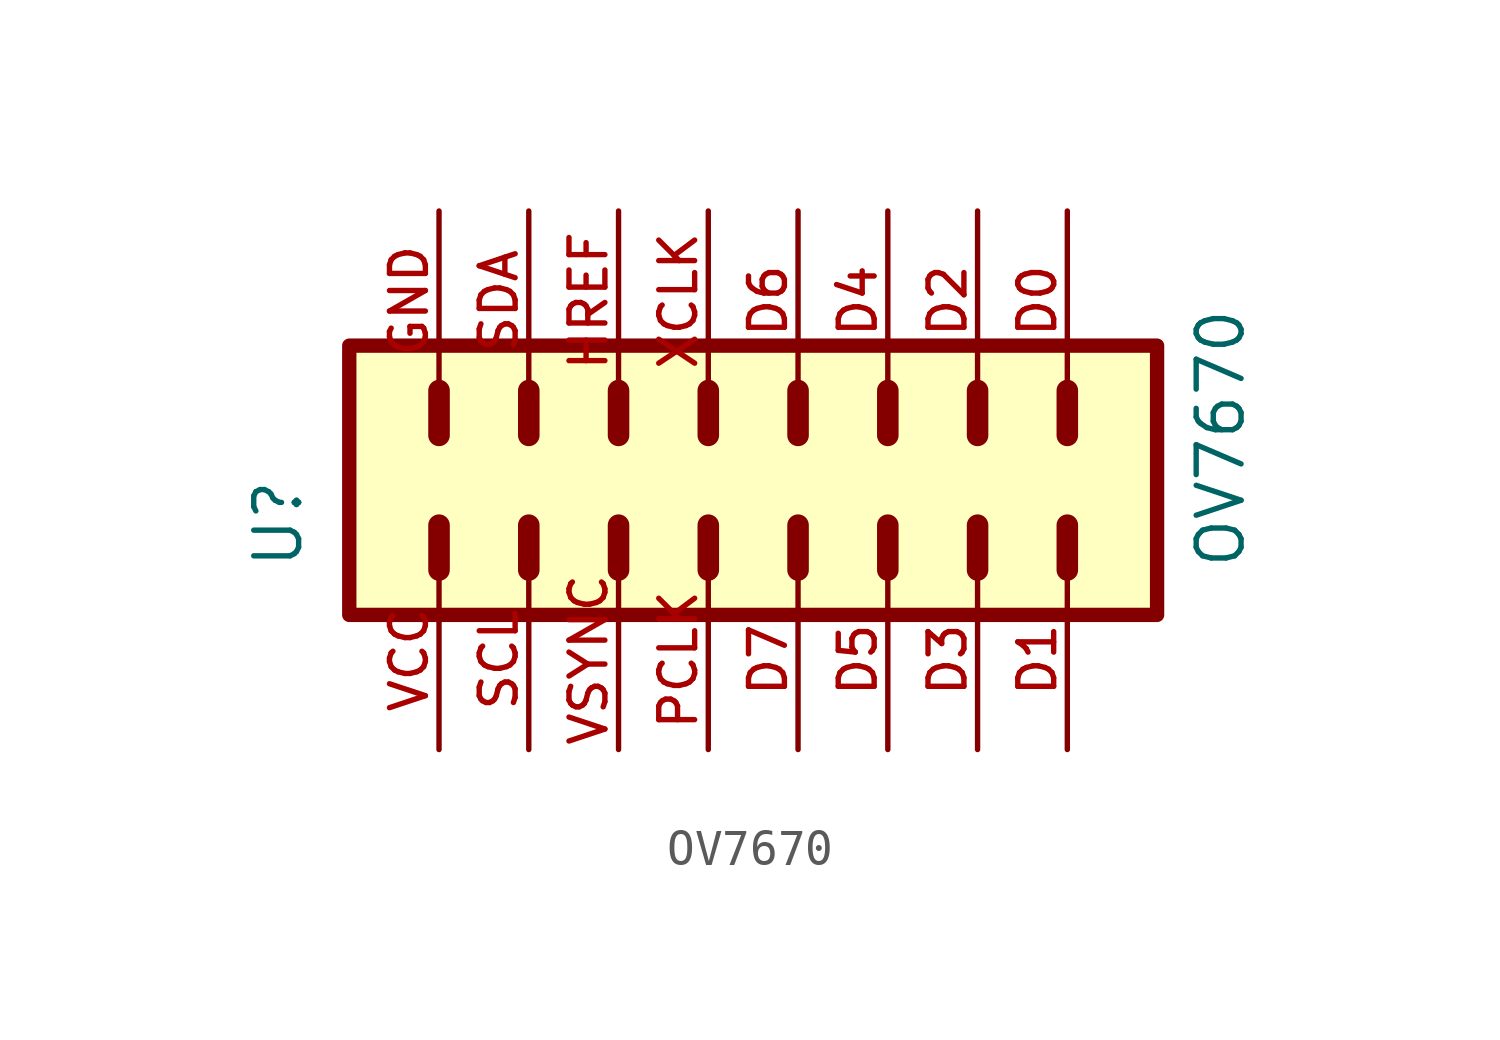
<source format=kicad_sym>
(kicad_symbol_lib
  (version 20211014)
  (generator kicad_symbol_editor)
  (symbol "OV7670"
    (pin_names
      (offset 1.016))
    (property "Reference" "U"
      (at -1.27 1.27 90.0)
      (effects (font (size 1.27 1.27)) (justify bottom left)))
    (property "Value" "OV7670"
      (at 25.4 1.27 90.0)
      (effects (font (size 1.27 1.27)) (justify bottom left)))
    (symbol "OV7670_0_0"
      (polyline (pts (xy 7.62 2.54) (xy 7.62 1.27)) (stroke (width 0.61)))
      (polyline (pts (xy 5.08 2.54) (xy 5.08 1.27)) (stroke (width 0.61)))
      (polyline (pts (xy 2.54 2.54) (xy 2.54 1.27)) (stroke (width 0.61)))
      (polyline (pts (xy 12.7 2.54) (xy 12.7 1.27)) (stroke (width 0.61)))
      (polyline (pts (xy 10.16 2.54) (xy 10.16 1.27)) (stroke (width 0.61)))
      (polyline (pts (xy 15.24 2.54) (xy 15.24 1.27)) (stroke (width 0.61)))
      (polyline (pts (xy 17.78 2.54) (xy 17.78 1.27)) (stroke (width 0.61)))
      (polyline (pts (xy 20.32 2.54) (xy 20.32 1.27)) (stroke (width 0.61)))
      (polyline (pts (xy 20.32 5.08) (xy 20.32 6.35)) (stroke (width 0.61)))
      (polyline (pts (xy 15.24 5.08) (xy 15.24 6.35)) (stroke (width 0.61)))
      (polyline (pts (xy 17.78 5.08) (xy 17.78 6.35)) (stroke (width 0.61)))
      (polyline (pts (xy 12.7 5.08) (xy 12.7 6.35)) (stroke (width 0.61)))
      (polyline (pts (xy 10.16 5.08) (xy 10.16 6.35)) (stroke (width 0.61)))
      (polyline (pts (xy 7.62 5.08) (xy 7.62 6.35)) (stroke (width 0.61)))
      (polyline (pts (xy 5.08 5.08) (xy 5.08 6.35)) (stroke (width 0.61)))
      (polyline (pts (xy 2.54 5.08) (xy 2.54 6.35)) (stroke (width 0.61)))
      (rectangle (start 0.0 -4.4408920985e-16) (end 22.86 7.62) (stroke (width 0.406)) (fill (type background)))
      (pin passive line (at 2.54 -3.81 90.0) (length 5.08) (name "~" (effects (font (size 1.016 1.016)))) (number "VCC" (effects (font (size 1.016 1.016)))))
      (pin passive line (at 2.54 11.43 270.0) (length 5.08) (name "~" (effects (font (size 1.016 1.016)))) (number "GND" (effects (font (size 1.016 1.016)))))
      (pin passive line (at 5.08 -3.81 90.0) (length 5.08) (name "~" (effects (font (size 1.016 1.016)))) (number "SCL" (effects (font (size 1.016 1.016)))))
      (pin passive line (at 5.08 11.43 270.0) (length 5.08) (name "~" (effects (font (size 1.016 1.016)))) (number "SDA" (effects (font (size 1.016 1.016)))))
      (pin passive line (at 7.62 -3.81 90.0) (length 5.08) (name "~" (effects (font (size 1.016 1.016)))) (number "VSYNC" (effects (font (size 1.016 1.016)))))
      (pin passive line (at 7.62 11.43 270.0) (length 5.08) (name "~" (effects (font (size 1.016 1.016)))) (number "HREF" (effects (font (size 1.016 1.016)))))
      (pin passive line (at 10.16 -3.81 90.0) (length 5.08) (name "~" (effects (font (size 1.016 1.016)))) (number "PCLK" (effects (font (size 1.016 1.016)))))
      (pin passive line (at 10.16 11.43 270.0) (length 5.08) (name "~" (effects (font (size 1.016 1.016)))) (number "XCLK" (effects (font (size 1.016 1.016)))))
      (pin passive line (at 12.7 -3.81 90.0) (length 5.08) (name "~" (effects (font (size 1.016 1.016)))) (number "D7" (effects (font (size 1.016 1.016)))))
      (pin passive line (at 12.7 11.43 270.0) (length 5.08) (name "~" (effects (font (size 1.016 1.016)))) (number "D6" (effects (font (size 1.016 1.016)))))
      (pin passive line (at 15.24 -3.81 90.0) (length 5.08) (name "~" (effects (font (size 1.016 1.016)))) (number "D5" (effects (font (size 1.016 1.016)))))
      (pin passive line (at 15.24 11.43 270.0) (length 5.08) (name "~" (effects (font (size 1.016 1.016)))) (number "D4" (effects (font (size 1.016 1.016)))))
      (pin passive line (at 17.78 -3.81 90.0) (length 5.08) (name "~" (effects (font (size 1.016 1.016)))) (number "D3" (effects (font (size 1.016 1.016)))))
      (pin passive line (at 17.78 11.43 270.0) (length 5.08) (name "~" (effects (font (size 1.016 1.016)))) (number "D2" (effects (font (size 1.016 1.016)))))
      (pin passive line (at 20.32 -3.81 90.0) (length 5.08) (name "~" (effects (font (size 1.016 1.016)))) (number "D1" (effects (font (size 1.016 1.016)))))
      (pin passive line (at 20.32 11.43 270.0) (length 5.08) (name "~" (effects (font (size 1.016 1.016)))) (number "D0" (effects (font (size 1.016 1.016))))))))
</source>
